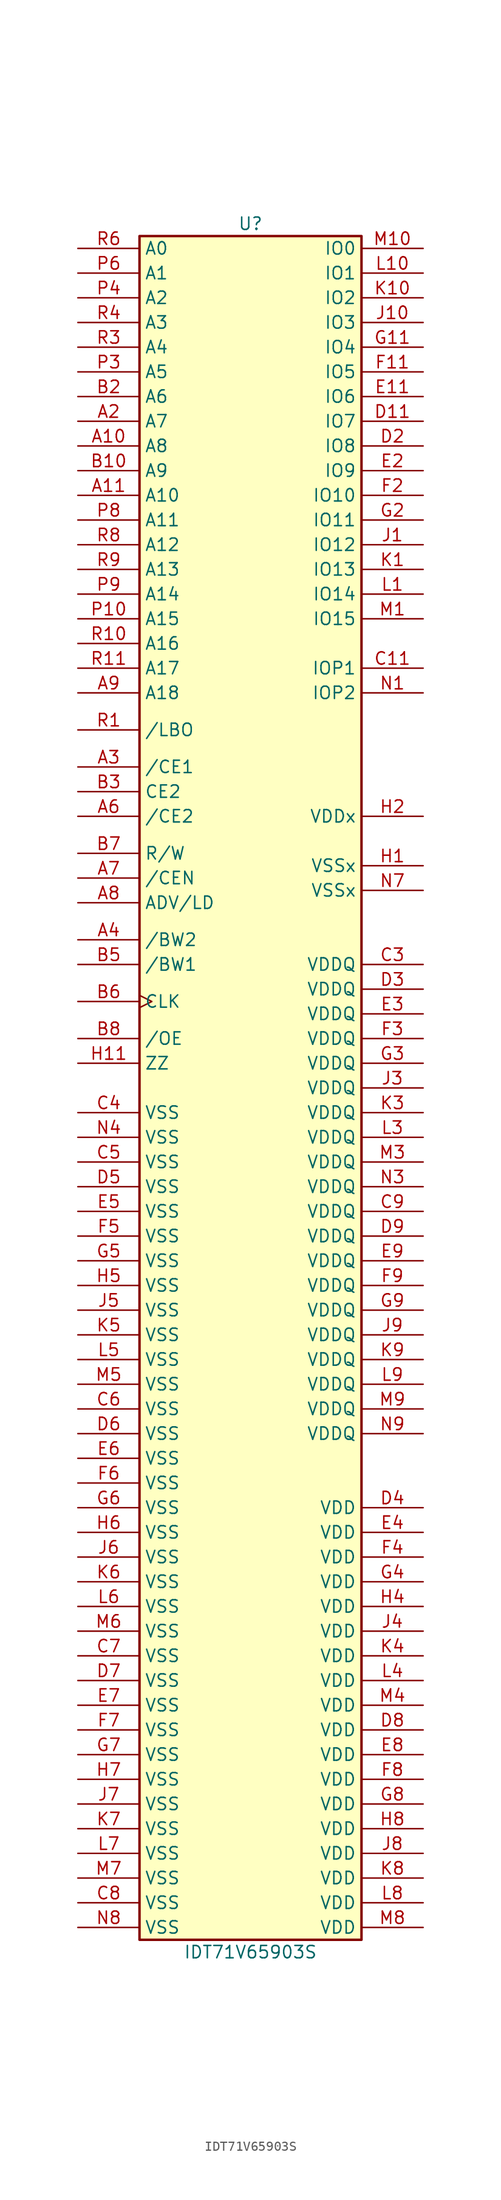
<source format=kicad_sym>
(kicad_symbol_lib
  (version 20201005)
  (generator kicad_symbol_editor)
  (symbol "Memory_RAM:IDT71V65903S"
    (property "Reference" "U"
      (at 0 88.9 0)
      (effects (font (size 1.27 1.27))))
    (property "Value" "IDT71V65903S"
      (at 0 -88.9 0)
      (effects (font (size 1.27 1.27))))
    (symbol "IDT71V65903S_0_1"
      (rectangle (start -11.43 87.63) (end 11.43 -87.63) (stroke (width 0.254)) (fill (type background))))
    (symbol "IDT71V65903S_1_1"
      (pin input line (at -17.78 66.04 0) (length 6.35) (name "A8" (effects (font (size 1.27 1.27)))) (number "A10" (effects (font (size 1.27 1.27)))))
      (pin input line (at -17.78 60.96 0) (length 6.35) (name "A10" (effects (font (size 1.27 1.27)))) (number "A11" (effects (font (size 1.27 1.27)))))
      (pin input line (at -17.78 68.58 0) (length 6.35) (name "A7" (effects (font (size 1.27 1.27)))) (number "A2" (effects (font (size 1.27 1.27)))))
      (pin input line (at -17.78 33.02 0) (length 6.35) (name "/CE1" (effects (font (size 1.27 1.27)))) (number "A3" (effects (font (size 1.27 1.27)))))
      (pin input line (at -17.78 15.24 0) (length 6.35) (name "/BW2" (effects (font (size 1.27 1.27)))) (number "A4" (effects (font (size 1.27 1.27)))))
      (pin input line (at -17.78 27.94 0) (length 6.35) (name "/CE2" (effects (font (size 1.27 1.27)))) (number "A6" (effects (font (size 1.27 1.27)))))
      (pin input line (at -17.78 21.59 0) (length 6.35) (name "/CEN" (effects (font (size 1.27 1.27)))) (number "A7" (effects (font (size 1.27 1.27)))))
      (pin input line (at -17.78 19.05 0) (length 6.35) (name "ADV/LD" (effects (font (size 1.27 1.27)))) (number "A8" (effects (font (size 1.27 1.27)))))
      (pin input line (at -17.78 40.64 0) (length 6.35) (name "A18" (effects (font (size 1.27 1.27)))) (number "A9" (effects (font (size 1.27 1.27)))))
      (pin input line (at -17.78 63.5 0) (length 6.35) (name "A9" (effects (font (size 1.27 1.27)))) (number "B10" (effects (font (size 1.27 1.27)))))
      (pin input line (at -17.78 71.12 0) (length 6.35) (name "A6" (effects (font (size 1.27 1.27)))) (number "B2" (effects (font (size 1.27 1.27)))))
      (pin input line (at -17.78 30.48 0) (length 6.35) (name "CE2" (effects (font (size 1.27 1.27)))) (number "B3" (effects (font (size 1.27 1.27)))))
      (pin input line (at -17.78 12.7 0) (length 6.35) (name "/BW1" (effects (font (size 1.27 1.27)))) (number "B5" (effects (font (size 1.27 1.27)))))
      (pin input clock (at -17.78 8.89 0) (length 6.35) (name "CLK" (effects (font (size 1.27 1.27)))) (number "B6" (effects (font (size 1.27 1.27)))))
      (pin input line (at -17.78 24.13 0) (length 6.35) (name "R/W" (effects (font (size 1.27 1.27)))) (number "B7" (effects (font (size 1.27 1.27)))))
      (pin input line (at -17.78 5.08 0) (length 6.35) (name "/OE" (effects (font (size 1.27 1.27)))) (number "B8" (effects (font (size 1.27 1.27)))))
      (pin bidirectional line (at 17.78 43.18 180) (length 6.35) (name "IOP1" (effects (font (size 1.27 1.27)))) (number "C11" (effects (font (size 1.27 1.27)))))
      (pin power_in line (at 17.78 12.7 180) (length 6.35) (name "VDDQ" (effects (font (size 1.27 1.27)))) (number "C3" (effects (font (size 1.27 1.27)))))
      (pin passive line (at -17.78 -2.54 0) (length 6.35) (name "VSS" (effects (font (size 1.27 1.27)))) (number "C4" (effects (font (size 1.27 1.27)))))
      (pin passive line (at -17.78 -7.62 0) (length 6.35) (name "VSS" (effects (font (size 1.27 1.27)))) (number "C5" (effects (font (size 1.27 1.27)))))
      (pin passive line (at -17.78 -33.02 0) (length 6.35) (name "VSS" (effects (font (size 1.27 1.27)))) (number "C6" (effects (font (size 1.27 1.27)))))
      (pin passive line (at -17.78 -58.42 0) (length 6.35) (name "VSS" (effects (font (size 1.27 1.27)))) (number "C7" (effects (font (size 1.27 1.27)))))
      (pin passive line (at -17.78 -83.82 0) (length 6.35) (name "VSS" (effects (font (size 1.27 1.27)))) (number "C8" (effects (font (size 1.27 1.27)))))
      (pin passive line (at 17.78 -12.7 180) (length 6.35) (name "VDDQ" (effects (font (size 1.27 1.27)))) (number "C9" (effects (font (size 1.27 1.27)))))
      (pin bidirectional line (at 17.78 68.58 180) (length 6.35) (name "IO7" (effects (font (size 1.27 1.27)))) (number "D11" (effects (font (size 1.27 1.27)))))
      (pin bidirectional line (at 17.78 66.04 180) (length 6.35) (name "IO8" (effects (font (size 1.27 1.27)))) (number "D2" (effects (font (size 1.27 1.27)))))
      (pin passive line (at 17.78 10.16 180) (length 6.35) (name "VDDQ" (effects (font (size 1.27 1.27)))) (number "D3" (effects (font (size 1.27 1.27)))))
      (pin passive line (at 17.78 -43.18 180) (length 6.35) (name "VDD" (effects (font (size 1.27 1.27)))) (number "D4" (effects (font (size 1.27 1.27)))))
      (pin passive line (at -17.78 -10.16 0) (length 6.35) (name "VSS" (effects (font (size 1.27 1.27)))) (number "D5" (effects (font (size 1.27 1.27)))))
      (pin passive line (at -17.78 -35.56 0) (length 6.35) (name "VSS" (effects (font (size 1.27 1.27)))) (number "D6" (effects (font (size 1.27 1.27)))))
      (pin passive line (at -17.78 -60.96 0) (length 6.35) (name "VSS" (effects (font (size 1.27 1.27)))) (number "D7" (effects (font (size 1.27 1.27)))))
      (pin passive line (at 17.78 -66.04 180) (length 6.35) (name "VDD" (effects (font (size 1.27 1.27)))) (number "D8" (effects (font (size 1.27 1.27)))))
      (pin passive line (at 17.78 -15.24 180) (length 6.35) (name "VDDQ" (effects (font (size 1.27 1.27)))) (number "D9" (effects (font (size 1.27 1.27)))))
      (pin bidirectional line (at 17.78 71.12 180) (length 6.35) (name "IO6" (effects (font (size 1.27 1.27)))) (number "E11" (effects (font (size 1.27 1.27)))))
      (pin bidirectional line (at 17.78 63.5 180) (length 6.35) (name "IO9" (effects (font (size 1.27 1.27)))) (number "E2" (effects (font (size 1.27 1.27)))))
      (pin passive line (at 17.78 7.62 180) (length 6.35) (name "VDDQ" (effects (font (size 1.27 1.27)))) (number "E3" (effects (font (size 1.27 1.27)))))
      (pin passive line (at 17.78 -45.72 180) (length 6.35) (name "VDD" (effects (font (size 1.27 1.27)))) (number "E4" (effects (font (size 1.27 1.27)))))
      (pin passive line (at -17.78 -12.7 0) (length 6.35) (name "VSS" (effects (font (size 1.27 1.27)))) (number "E5" (effects (font (size 1.27 1.27)))))
      (pin passive line (at -17.78 -38.1 0) (length 6.35) (name "VSS" (effects (font (size 1.27 1.27)))) (number "E6" (effects (font (size 1.27 1.27)))))
      (pin passive line (at -17.78 -63.5 0) (length 6.35) (name "VSS" (effects (font (size 1.27 1.27)))) (number "E7" (effects (font (size 1.27 1.27)))))
      (pin passive line (at 17.78 -68.58 180) (length 6.35) (name "VDD" (effects (font (size 1.27 1.27)))) (number "E8" (effects (font (size 1.27 1.27)))))
      (pin passive line (at 17.78 -17.78 180) (length 6.35) (name "VDDQ" (effects (font (size 1.27 1.27)))) (number "E9" (effects (font (size 1.27 1.27)))))
      (pin bidirectional line (at 17.78 73.66 180) (length 6.35) (name "IO5" (effects (font (size 1.27 1.27)))) (number "F11" (effects (font (size 1.27 1.27)))))
      (pin bidirectional line (at 17.78 60.96 180) (length 6.35) (name "IO10" (effects (font (size 1.27 1.27)))) (number "F2" (effects (font (size 1.27 1.27)))))
      (pin passive line (at 17.78 5.08 180) (length 6.35) (name "VDDQ" (effects (font (size 1.27 1.27)))) (number "F3" (effects (font (size 1.27 1.27)))))
      (pin passive line (at 17.78 -48.26 180) (length 6.35) (name "VDD" (effects (font (size 1.27 1.27)))) (number "F4" (effects (font (size 1.27 1.27)))))
      (pin passive line (at -17.78 -15.24 0) (length 6.35) (name "VSS" (effects (font (size 1.27 1.27)))) (number "F5" (effects (font (size 1.27 1.27)))))
      (pin passive line (at -17.78 -40.64 0) (length 6.35) (name "VSS" (effects (font (size 1.27 1.27)))) (number "F6" (effects (font (size 1.27 1.27)))))
      (pin passive line (at -17.78 -66.04 0) (length 6.35) (name "VSS" (effects (font (size 1.27 1.27)))) (number "F7" (effects (font (size 1.27 1.27)))))
      (pin passive line (at 17.78 -71.12 180) (length 6.35) (name "VDD" (effects (font (size 1.27 1.27)))) (number "F8" (effects (font (size 1.27 1.27)))))
      (pin passive line (at 17.78 -20.32 180) (length 6.35) (name "VDDQ" (effects (font (size 1.27 1.27)))) (number "F9" (effects (font (size 1.27 1.27)))))
      (pin bidirectional line (at 17.78 76.2 180) (length 6.35) (name "IO4" (effects (font (size 1.27 1.27)))) (number "G11" (effects (font (size 1.27 1.27)))))
      (pin bidirectional line (at 17.78 58.42 180) (length 6.35) (name "IO11" (effects (font (size 1.27 1.27)))) (number "G2" (effects (font (size 1.27 1.27)))))
      (pin passive line (at 17.78 2.54 180) (length 6.35) (name "VDDQ" (effects (font (size 1.27 1.27)))) (number "G3" (effects (font (size 1.27 1.27)))))
      (pin passive line (at 17.78 -50.8 180) (length 6.35) (name "VDD" (effects (font (size 1.27 1.27)))) (number "G4" (effects (font (size 1.27 1.27)))))
      (pin passive line (at -17.78 -17.78 0) (length 6.35) (name "VSS" (effects (font (size 1.27 1.27)))) (number "G5" (effects (font (size 1.27 1.27)))))
      (pin passive line (at -17.78 -43.18 0) (length 6.35) (name "VSS" (effects (font (size 1.27 1.27)))) (number "G6" (effects (font (size 1.27 1.27)))))
      (pin passive line (at -17.78 -68.58 0) (length 6.35) (name "VSS" (effects (font (size 1.27 1.27)))) (number "G7" (effects (font (size 1.27 1.27)))))
      (pin passive line (at 17.78 -73.66 180) (length 6.35) (name "VDD" (effects (font (size 1.27 1.27)))) (number "G8" (effects (font (size 1.27 1.27)))))
      (pin passive line (at 17.78 -22.86 180) (length 6.35) (name "VDDQ" (effects (font (size 1.27 1.27)))) (number "G9" (effects (font (size 1.27 1.27)))))
      (pin passive line (at 17.78 22.86 180) (length 6.35) (name "VSSx" (effects (font (size 1.27 1.27)))) (number "H1" (effects (font (size 1.27 1.27)))))
      (pin input line (at -17.78 2.54 0) (length 6.35) (name "ZZ" (effects (font (size 1.27 1.27)))) (number "H11" (effects (font (size 1.27 1.27)))))
      (pin passive line (at 17.78 27.94 180) (length 6.35) (name "VDDx" (effects (font (size 1.27 1.27)))) (number "H2" (effects (font (size 1.27 1.27)))))
      (pin passive line (at 17.78 -53.34 180) (length 6.35) (name "VDD" (effects (font (size 1.27 1.27)))) (number "H4" (effects (font (size 1.27 1.27)))))
      (pin passive line (at -17.78 -20.32 0) (length 6.35) (name "VSS" (effects (font (size 1.27 1.27)))) (number "H5" (effects (font (size 1.27 1.27)))))
      (pin passive line (at -17.78 -45.72 0) (length 6.35) (name "VSS" (effects (font (size 1.27 1.27)))) (number "H6" (effects (font (size 1.27 1.27)))))
      (pin passive line (at -17.78 -71.12 0) (length 6.35) (name "VSS" (effects (font (size 1.27 1.27)))) (number "H7" (effects (font (size 1.27 1.27)))))
      (pin passive line (at 17.78 -76.2 180) (length 6.35) (name "VDD" (effects (font (size 1.27 1.27)))) (number "H8" (effects (font (size 1.27 1.27)))))
      (pin bidirectional line (at 17.78 55.88 180) (length 6.35) (name "IO12" (effects (font (size 1.27 1.27)))) (number "J1" (effects (font (size 1.27 1.27)))))
      (pin bidirectional line (at 17.78 78.74 180) (length 6.35) (name "IO3" (effects (font (size 1.27 1.27)))) (number "J10" (effects (font (size 1.27 1.27)))))
      (pin passive line (at 17.78 0 180) (length 6.35) (name "VDDQ" (effects (font (size 1.27 1.27)))) (number "J3" (effects (font (size 1.27 1.27)))))
      (pin passive line (at 17.78 -55.88 180) (length 6.35) (name "VDD" (effects (font (size 1.27 1.27)))) (number "J4" (effects (font (size 1.27 1.27)))))
      (pin passive line (at -17.78 -22.86 0) (length 6.35) (name "VSS" (effects (font (size 1.27 1.27)))) (number "J5" (effects (font (size 1.27 1.27)))))
      (pin passive line (at -17.78 -48.26 0) (length 6.35) (name "VSS" (effects (font (size 1.27 1.27)))) (number "J6" (effects (font (size 1.27 1.27)))))
      (pin passive line (at -17.78 -73.66 0) (length 6.35) (name "VSS" (effects (font (size 1.27 1.27)))) (number "J7" (effects (font (size 1.27 1.27)))))
      (pin passive line (at 17.78 -78.74 180) (length 6.35) (name "VDD" (effects (font (size 1.27 1.27)))) (number "J8" (effects (font (size 1.27 1.27)))))
      (pin passive line (at 17.78 -25.4 180) (length 6.35) (name "VDDQ" (effects (font (size 1.27 1.27)))) (number "J9" (effects (font (size 1.27 1.27)))))
      (pin bidirectional line (at 17.78 53.34 180) (length 6.35) (name "IO13" (effects (font (size 1.27 1.27)))) (number "K1" (effects (font (size 1.27 1.27)))))
      (pin bidirectional line (at 17.78 81.28 180) (length 6.35) (name "IO2" (effects (font (size 1.27 1.27)))) (number "K10" (effects (font (size 1.27 1.27)))))
      (pin passive line (at 17.78 -2.54 180) (length 6.35) (name "VDDQ" (effects (font (size 1.27 1.27)))) (number "K3" (effects (font (size 1.27 1.27)))))
      (pin passive line (at 17.78 -58.42 180) (length 6.35) (name "VDD" (effects (font (size 1.27 1.27)))) (number "K4" (effects (font (size 1.27 1.27)))))
      (pin passive line (at -17.78 -25.4 0) (length 6.35) (name "VSS" (effects (font (size 1.27 1.27)))) (number "K5" (effects (font (size 1.27 1.27)))))
      (pin passive line (at -17.78 -50.8 0) (length 6.35) (name "VSS" (effects (font (size 1.27 1.27)))) (number "K6" (effects (font (size 1.27 1.27)))))
      (pin passive line (at -17.78 -76.2 0) (length 6.35) (name "VSS" (effects (font (size 1.27 1.27)))) (number "K7" (effects (font (size 1.27 1.27)))))
      (pin passive line (at 17.78 -81.28 180) (length 6.35) (name "VDD" (effects (font (size 1.27 1.27)))) (number "K8" (effects (font (size 1.27 1.27)))))
      (pin passive line (at 17.78 -27.94 180) (length 6.35) (name "VDDQ" (effects (font (size 1.27 1.27)))) (number "K9" (effects (font (size 1.27 1.27)))))
      (pin bidirectional line (at 17.78 50.8 180) (length 6.35) (name "IO14" (effects (font (size 1.27 1.27)))) (number "L1" (effects (font (size 1.27 1.27)))))
      (pin bidirectional line (at 17.78 83.82 180) (length 6.35) (name "IO1" (effects (font (size 1.27 1.27)))) (number "L10" (effects (font (size 1.27 1.27)))))
      (pin passive line (at 17.78 -5.08 180) (length 6.35) (name "VDDQ" (effects (font (size 1.27 1.27)))) (number "L3" (effects (font (size 1.27 1.27)))))
      (pin passive line (at 17.78 -60.96 180) (length 6.35) (name "VDD" (effects (font (size 1.27 1.27)))) (number "L4" (effects (font (size 1.27 1.27)))))
      (pin passive line (at -17.78 -27.94 0) (length 6.35) (name "VSS" (effects (font (size 1.27 1.27)))) (number "L5" (effects (font (size 1.27 1.27)))))
      (pin passive line (at -17.78 -53.34 0) (length 6.35) (name "VSS" (effects (font (size 1.27 1.27)))) (number "L6" (effects (font (size 1.27 1.27)))))
      (pin passive line (at -17.78 -78.74 0) (length 6.35) (name "VSS" (effects (font (size 1.27 1.27)))) (number "L7" (effects (font (size 1.27 1.27)))))
      (pin passive line (at 17.78 -83.82 180) (length 6.35) (name "VDD" (effects (font (size 1.27 1.27)))) (number "L8" (effects (font (size 1.27 1.27)))))
      (pin passive line (at 17.78 -30.48 180) (length 6.35) (name "VDDQ" (effects (font (size 1.27 1.27)))) (number "L9" (effects (font (size 1.27 1.27)))))
      (pin bidirectional line (at 17.78 48.26 180) (length 6.35) (name "IO15" (effects (font (size 1.27 1.27)))) (number "M1" (effects (font (size 1.27 1.27)))))
      (pin bidirectional line (at 17.78 86.36 180) (length 6.35) (name "IO0" (effects (font (size 1.27 1.27)))) (number "M10" (effects (font (size 1.27 1.27)))))
      (pin passive line (at 17.78 -7.62 180) (length 6.35) (name "VDDQ" (effects (font (size 1.27 1.27)))) (number "M3" (effects (font (size 1.27 1.27)))))
      (pin passive line (at 17.78 -63.5 180) (length 6.35) (name "VDD" (effects (font (size 1.27 1.27)))) (number "M4" (effects (font (size 1.27 1.27)))))
      (pin passive line (at -17.78 -30.48 0) (length 6.35) (name "VSS" (effects (font (size 1.27 1.27)))) (number "M5" (effects (font (size 1.27 1.27)))))
      (pin passive line (at -17.78 -55.88 0) (length 6.35) (name "VSS" (effects (font (size 1.27 1.27)))) (number "M6" (effects (font (size 1.27 1.27)))))
      (pin passive line (at -17.78 -81.28 0) (length 6.35) (name "VSS" (effects (font (size 1.27 1.27)))) (number "M7" (effects (font (size 1.27 1.27)))))
      (pin passive line (at 17.78 -86.36 180) (length 6.35) (name "VDD" (effects (font (size 1.27 1.27)))) (number "M8" (effects (font (size 1.27 1.27)))))
      (pin passive line (at 17.78 -33.02 180) (length 6.35) (name "VDDQ" (effects (font (size 1.27 1.27)))) (number "M9" (effects (font (size 1.27 1.27)))))
      (pin bidirectional line (at 17.78 40.64 180) (length 6.35) (name "IOP2" (effects (font (size 1.27 1.27)))) (number "N1" (effects (font (size 1.27 1.27)))))
      (pin passive line (at 17.78 -10.16 180) (length 6.35) (name "VDDQ" (effects (font (size 1.27 1.27)))) (number "N3" (effects (font (size 1.27 1.27)))))
      (pin passive line (at -17.78 -5.08 0) (length 6.35) (name "VSS" (effects (font (size 1.27 1.27)))) (number "N4" (effects (font (size 1.27 1.27)))))
      (pin passive line (at 17.78 20.32 180) (length 6.35) (name "VSSx" (effects (font (size 1.27 1.27)))) (number "N7" (effects (font (size 1.27 1.27)))))
      (pin passive line (at -17.78 -86.36 0) (length 6.35) (name "VSS" (effects (font (size 1.27 1.27)))) (number "N8" (effects (font (size 1.27 1.27)))))
      (pin power_in line (at 17.78 -35.56 180) (length 6.35) (name "VDDQ" (effects (font (size 1.27 1.27)))) (number "N9" (effects (font (size 1.27 1.27)))))
      (pin input line (at -17.78 48.26 0) (length 6.35) (name "A15" (effects (font (size 1.27 1.27)))) (number "P10" (effects (font (size 1.27 1.27)))))
      (pin input line (at -17.78 73.66 0) (length 6.35) (name "A5" (effects (font (size 1.27 1.27)))) (number "P3" (effects (font (size 1.27 1.27)))))
      (pin input line (at -17.78 81.28 0) (length 6.35) (name "A2" (effects (font (size 1.27 1.27)))) (number "P4" (effects (font (size 1.27 1.27)))))
      (pin input line (at -17.78 83.82 0) (length 6.35) (name "A1" (effects (font (size 1.27 1.27)))) (number "P6" (effects (font (size 1.27 1.27)))))
      (pin input line (at -17.78 58.42 0) (length 6.35) (name "A11" (effects (font (size 1.27 1.27)))) (number "P8" (effects (font (size 1.27 1.27)))))
      (pin input line (at -17.78 50.8 0) (length 6.35) (name "A14" (effects (font (size 1.27 1.27)))) (number "P9" (effects (font (size 1.27 1.27)))))
      (pin input line (at -17.78 36.83 0) (length 6.35) (name "/LBO" (effects (font (size 1.27 1.27)))) (number "R1" (effects (font (size 1.27 1.27)))))
      (pin input line (at -17.78 45.72 0) (length 6.35) (name "A16" (effects (font (size 1.27 1.27)))) (number "R10" (effects (font (size 1.27 1.27)))))
      (pin input line (at -17.78 43.18 0) (length 6.35) (name "A17" (effects (font (size 1.27 1.27)))) (number "R11" (effects (font (size 1.27 1.27)))))
      (pin input line (at -17.78 76.2 0) (length 6.35) (name "A4" (effects (font (size 1.27 1.27)))) (number "R3" (effects (font (size 1.27 1.27)))))
      (pin input line (at -17.78 78.74 0) (length 6.35) (name "A3" (effects (font (size 1.27 1.27)))) (number "R4" (effects (font (size 1.27 1.27)))))
      (pin input line (at -17.78 86.36 0) (length 6.35) (name "A0" (effects (font (size 1.27 1.27)))) (number "R6" (effects (font (size 1.27 1.27)))))
      (pin input line (at -17.78 55.88 0) (length 6.35) (name "A12" (effects (font (size 1.27 1.27)))) (number "R8" (effects (font (size 1.27 1.27)))))
      (pin input line (at -17.78 53.34 0) (length 6.35) (name "A13" (effects (font (size 1.27 1.27)))) (number "R9" (effects (font (size 1.27 1.27))))))))
</source>
